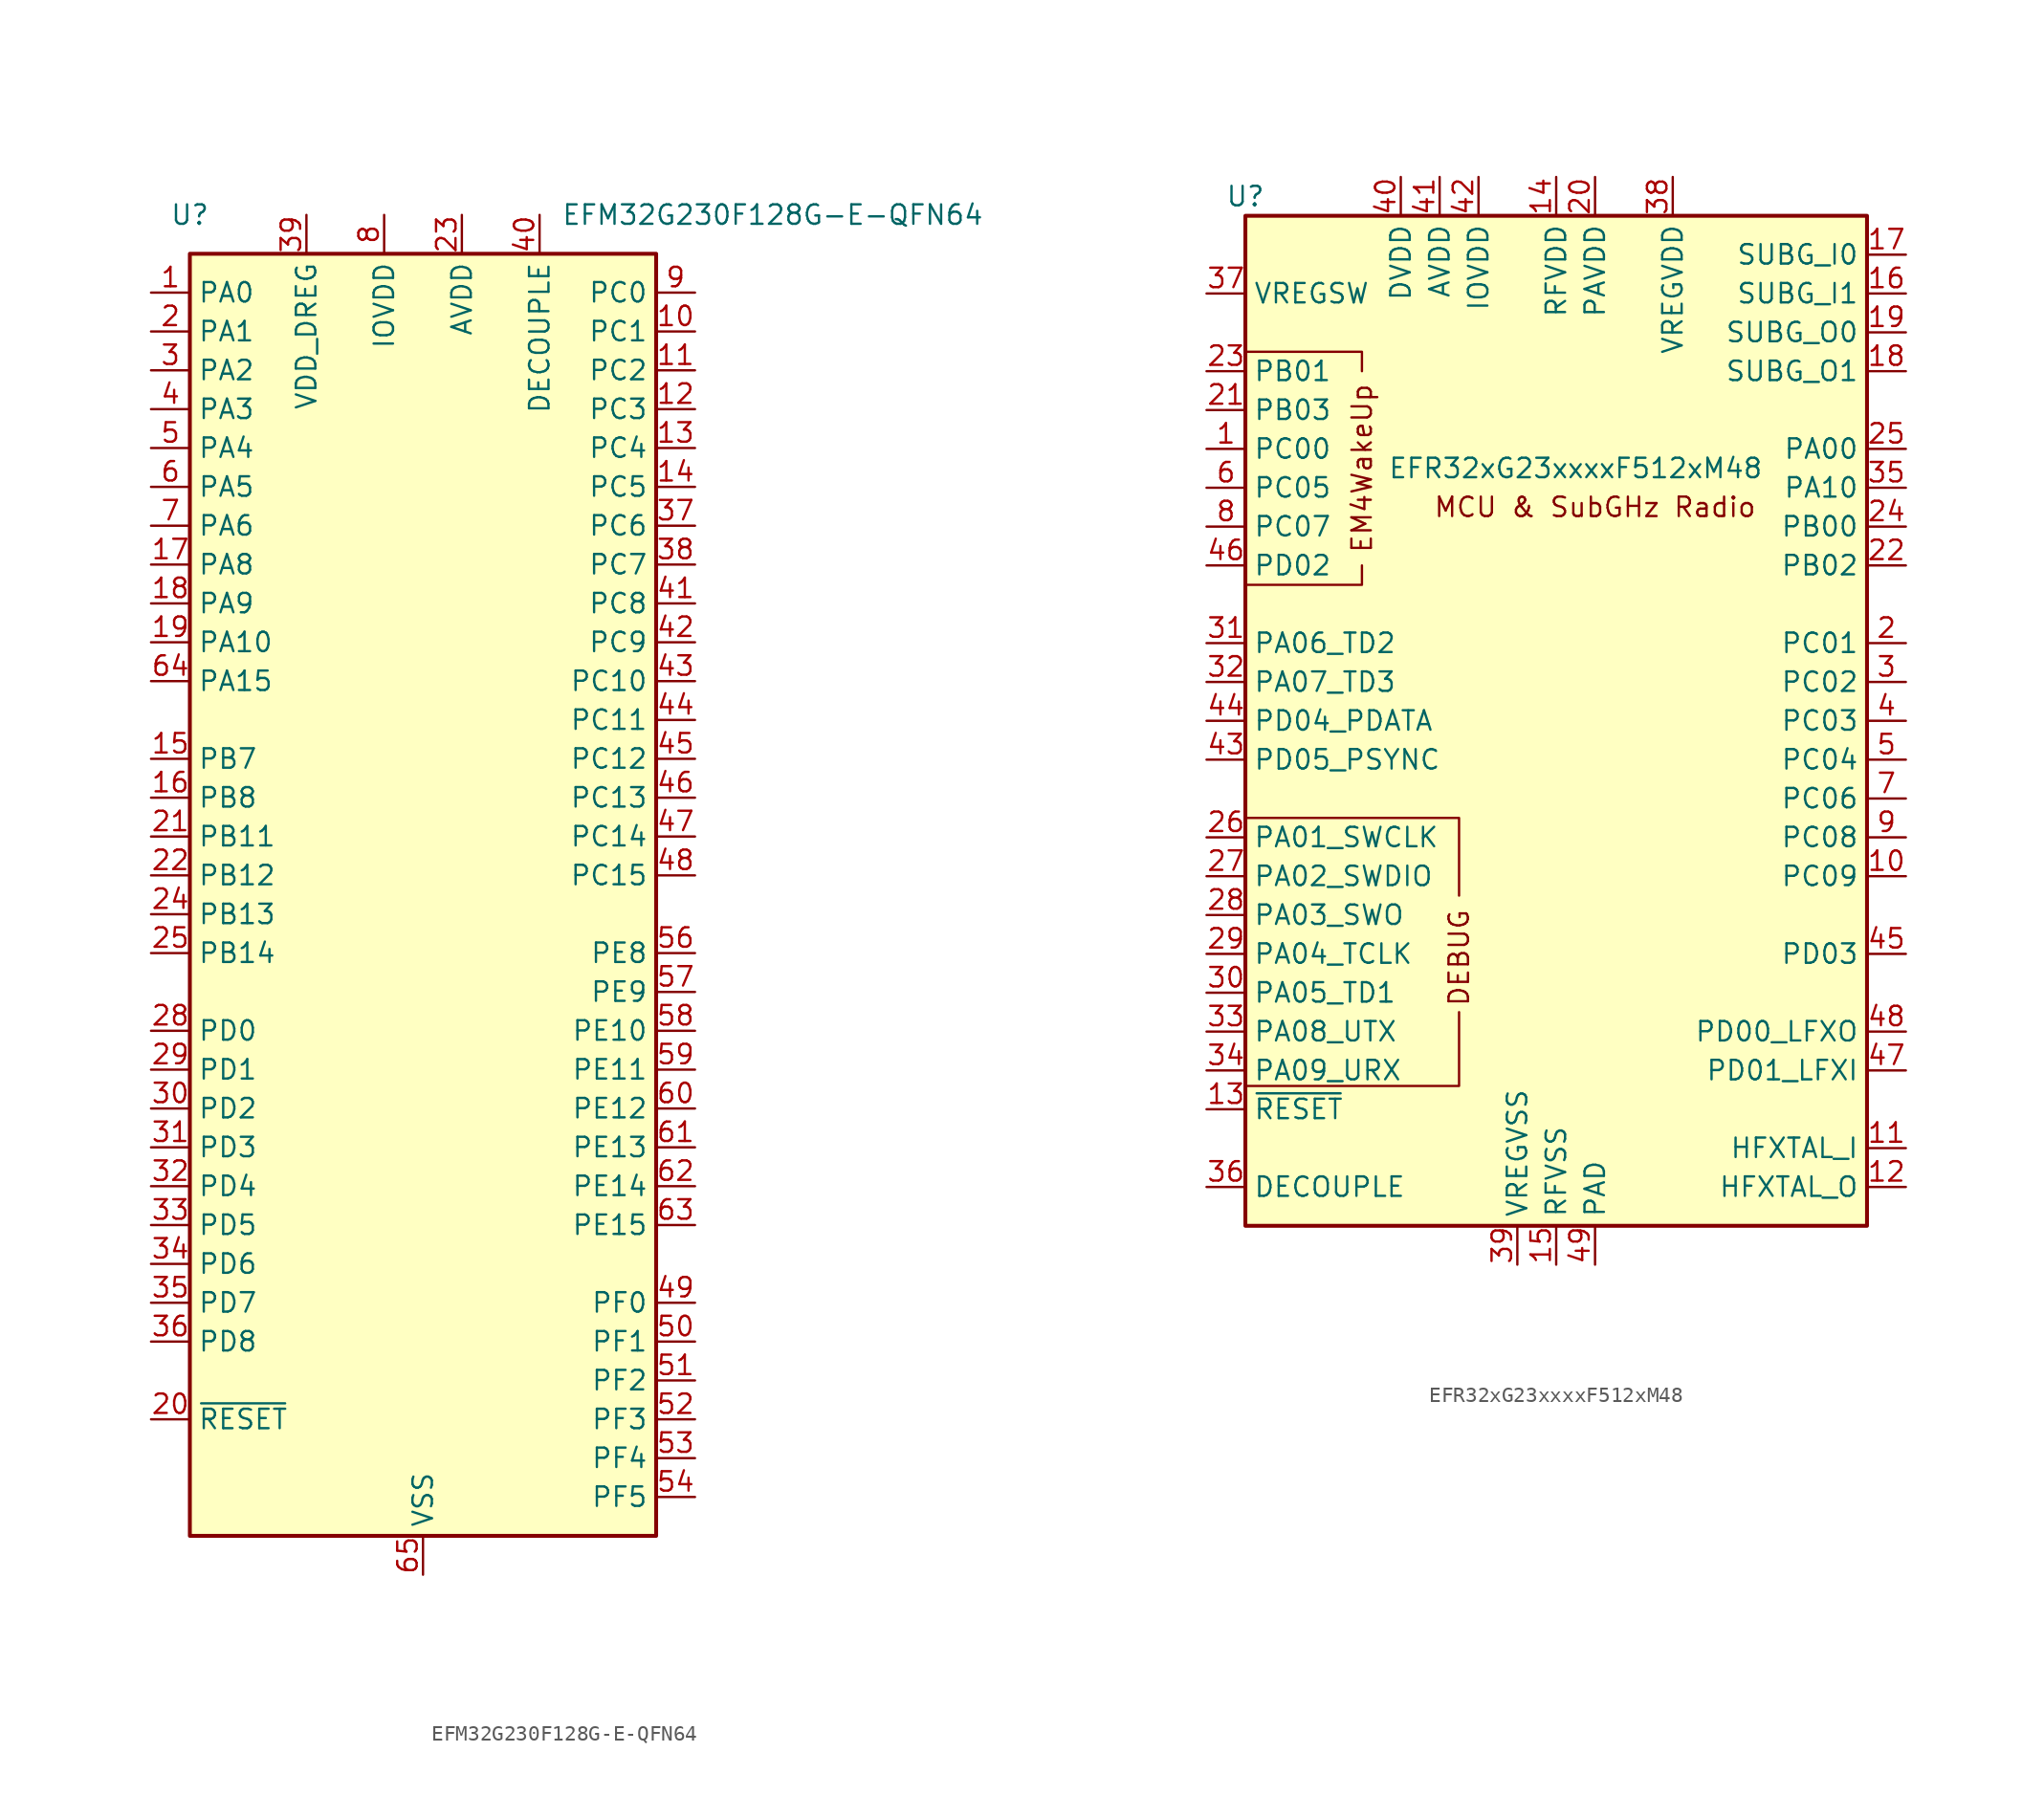
<source format=kicad_sym>
(kicad_symbol_lib
  (version 20241209)
  (generator "kicad_symbol_editor")
  (generator_version "9.0")
  (symbol "EFM32G230F128G-E-QFN64"
    (property "Reference" "U"
      (at -15.24 43.18 0)
      (effects (font (size 1.27 1.27))))
    (property "Value" "EFM32G230F128G-E-QFN64"
      (at 22.86 43.18 0)
      (effects (font (size 1.27 1.27))))
    (symbol "EFM32G230F128G-E-QFN64_0_1"
      (rectangle (start -15.24 40.64) (end 15.24 -43.18) (stroke (width 0.254) (type default)) (fill (type background))))
    (symbol "EFM32G230F128G-E-QFN64_1_1"
      (pin bidirectional line (at -17.78 38.1 0) (length 2.54) (name "PA0" (effects (font (size 1.27 1.27)))) (number "1" (effects (font (size 1.27 1.27)))))
      (pin bidirectional line (at -17.78 35.56 0) (length 2.54) (name "PA1" (effects (font (size 1.27 1.27)))) (number "2" (effects (font (size 1.27 1.27)))))
      (pin bidirectional line (at -17.78 33.02 0) (length 2.54) (name "PA2" (effects (font (size 1.27 1.27)))) (number "3" (effects (font (size 1.27 1.27)))))
      (pin bidirectional line (at -17.78 30.48 0) (length 2.54) (name "PA3" (effects (font (size 1.27 1.27)))) (number "4" (effects (font (size 1.27 1.27)))))
      (pin bidirectional line (at -17.78 27.94 0) (length 2.54) (name "PA4" (effects (font (size 1.27 1.27)))) (number "5" (effects (font (size 1.27 1.27)))))
      (pin bidirectional line (at -17.78 25.4 0) (length 2.54) (name "PA5" (effects (font (size 1.27 1.27)))) (number "6" (effects (font (size 1.27 1.27)))))
      (pin bidirectional line (at -17.78 22.86 0) (length 2.54) (name "PA6" (effects (font (size 1.27 1.27)))) (number "7" (effects (font (size 1.27 1.27)))))
      (pin bidirectional line (at -17.78 20.32 0) (length 2.54) (name "PA8" (effects (font (size 1.27 1.27)))) (number "17" (effects (font (size 1.27 1.27)))))
      (pin bidirectional line (at -17.78 17.78 0) (length 2.54) (name "PA9" (effects (font (size 1.27 1.27)))) (number "18" (effects (font (size 1.27 1.27)))))
      (pin bidirectional line (at -17.78 15.24 0) (length 2.54) (name "PA10" (effects (font (size 1.27 1.27)))) (number "19" (effects (font (size 1.27 1.27)))))
      (pin bidirectional line (at -17.78 12.7 0) (length 2.54) (name "PA15" (effects (font (size 1.27 1.27)))) (number "64" (effects (font (size 1.27 1.27)))))
      (pin bidirectional line (at -17.78 7.62 0) (length 2.54) (name "PB7" (effects (font (size 1.27 1.27)))) (number "15" (effects (font (size 1.27 1.27)))))
      (pin bidirectional line (at -17.78 5.08 0) (length 2.54) (name "PB8" (effects (font (size 1.27 1.27)))) (number "16" (effects (font (size 1.27 1.27)))))
      (pin bidirectional line (at -17.78 2.54 0) (length 2.54) (name "PB11" (effects (font (size 1.27 1.27)))) (number "21" (effects (font (size 1.27 1.27)))))
      (pin bidirectional line (at -17.78 0 0) (length 2.54) (name "PB12" (effects (font (size 1.27 1.27)))) (number "22" (effects (font (size 1.27 1.27)))))
      (pin bidirectional line (at -17.78 -2.54 0) (length 2.54) (name "PB13" (effects (font (size 1.27 1.27)))) (number "24" (effects (font (size 1.27 1.27)))))
      (pin bidirectional line (at -17.78 -5.08 0) (length 2.54) (name "PB14" (effects (font (size 1.27 1.27)))) (number "25" (effects (font (size 1.27 1.27)))))
      (pin bidirectional line (at -17.78 -10.16 0) (length 2.54) (name "PD0" (effects (font (size 1.27 1.27)))) (number "28" (effects (font (size 1.27 1.27)))))
      (pin bidirectional line (at -17.78 -12.7 0) (length 2.54) (name "PD1" (effects (font (size 1.27 1.27)))) (number "29" (effects (font (size 1.27 1.27)))))
      (pin bidirectional line (at -17.78 -15.24 0) (length 2.54) (name "PD2" (effects (font (size 1.27 1.27)))) (number "30" (effects (font (size 1.27 1.27)))))
      (pin bidirectional line (at -17.78 -17.78 0) (length 2.54) (name "PD3" (effects (font (size 1.27 1.27)))) (number "31" (effects (font (size 1.27 1.27)))))
      (pin bidirectional line (at -17.78 -20.32 0) (length 2.54) (name "PD4" (effects (font (size 1.27 1.27)))) (number "32" (effects (font (size 1.27 1.27)))))
      (pin bidirectional line (at -17.78 -22.86 0) (length 2.54) (name "PD5" (effects (font (size 1.27 1.27)))) (number "33" (effects (font (size 1.27 1.27)))))
      (pin bidirectional line (at -17.78 -25.4 0) (length 2.54) (name "PD6" (effects (font (size 1.27 1.27)))) (number "34" (effects (font (size 1.27 1.27)))))
      (pin bidirectional line (at -17.78 -27.94 0) (length 2.54) (name "PD7" (effects (font (size 1.27 1.27)))) (number "35" (effects (font (size 1.27 1.27)))))
      (pin bidirectional line (at -17.78 -30.48 0) (length 2.54) (name "PD8" (effects (font (size 1.27 1.27)))) (number "36" (effects (font (size 1.27 1.27)))))
      (pin input line (at -17.78 -35.56 0) (length 2.54) (name "~{RESET}" (effects (font (size 1.27 1.27)))) (number "20" (effects (font (size 1.27 1.27)))))
      (pin power_in line (at -7.62 43.18 270) (length 2.54) (name "VDD_DREG" (effects (font (size 1.27 1.27)))) (number "39" (effects (font (size 1.27 1.27)))))
      (pin passive line (at -2.54 43.18 270) (length 2.54) (hide yes) (name "IOVDD" (effects (font (size 1.27 1.27)))) (number "26" (effects (font (size 1.27 1.27)))))
      (pin passive line (at -2.54 43.18 270) (length 2.54) (hide yes) (name "IOVDD" (effects (font (size 1.27 1.27)))) (number "55" (effects (font (size 1.27 1.27)))))
      (pin power_in line (at -2.54 43.18 270) (length 2.54) (name "IOVDD" (effects (font (size 1.27 1.27)))) (number "8" (effects (font (size 1.27 1.27)))))
      (pin power_in line (at 0 -45.72 90) (length 2.54) (name "VSS" (effects (font (size 1.27 1.27)))) (number "65" (effects (font (size 1.27 1.27)))))
      (pin power_in line (at 2.54 43.18 270) (length 2.54) (name "AVDD" (effects (font (size 1.27 1.27)))) (number "23" (effects (font (size 1.27 1.27)))))
      (pin passive line (at 2.54 43.18 270) (length 2.54) (hide yes) (name "AVDD" (effects (font (size 1.27 1.27)))) (number "27" (effects (font (size 1.27 1.27)))))
      (pin passive line (at 7.62 43.18 270) (length 2.54) (name "DECOUPLE" (effects (font (size 1.27 1.27)))) (number "40" (effects (font (size 1.27 1.27)))))
      (pin bidirectional line (at 17.78 38.1 180) (length 2.54) (name "PC0" (effects (font (size 1.27 1.27)))) (number "9" (effects (font (size 1.27 1.27)))))
      (pin bidirectional line (at 17.78 35.56 180) (length 2.54) (name "PC1" (effects (font (size 1.27 1.27)))) (number "10" (effects (font (size 1.27 1.27)))))
      (pin bidirectional line (at 17.78 33.02 180) (length 2.54) (name "PC2" (effects (font (size 1.27 1.27)))) (number "11" (effects (font (size 1.27 1.27)))))
      (pin bidirectional line (at 17.78 30.48 180) (length 2.54) (name "PC3" (effects (font (size 1.27 1.27)))) (number "12" (effects (font (size 1.27 1.27)))))
      (pin bidirectional line (at 17.78 27.94 180) (length 2.54) (name "PC4" (effects (font (size 1.27 1.27)))) (number "13" (effects (font (size 1.27 1.27)))))
      (pin bidirectional line (at 17.78 25.4 180) (length 2.54) (name "PC5" (effects (font (size 1.27 1.27)))) (number "14" (effects (font (size 1.27 1.27)))))
      (pin bidirectional line (at 17.78 22.86 180) (length 2.54) (name "PC6" (effects (font (size 1.27 1.27)))) (number "37" (effects (font (size 1.27 1.27)))))
      (pin bidirectional line (at 17.78 20.32 180) (length 2.54) (name "PC7" (effects (font (size 1.27 1.27)))) (number "38" (effects (font (size 1.27 1.27)))))
      (pin bidirectional line (at 17.78 17.78 180) (length 2.54) (name "PC8" (effects (font (size 1.27 1.27)))) (number "41" (effects (font (size 1.27 1.27)))))
      (pin bidirectional line (at 17.78 15.24 180) (length 2.54) (name "PC9" (effects (font (size 1.27 1.27)))) (number "42" (effects (font (size 1.27 1.27)))))
      (pin bidirectional line (at 17.78 12.7 180) (length 2.54) (name "PC10" (effects (font (size 1.27 1.27)))) (number "43" (effects (font (size 1.27 1.27)))))
      (pin bidirectional line (at 17.78 10.16 180) (length 2.54) (name "PC11" (effects (font (size 1.27 1.27)))) (number "44" (effects (font (size 1.27 1.27)))))
      (pin bidirectional line (at 17.78 7.62 180) (length 2.54) (name "PC12" (effects (font (size 1.27 1.27)))) (number "45" (effects (font (size 1.27 1.27)))))
      (pin bidirectional line (at 17.78 5.08 180) (length 2.54) (name "PC13" (effects (font (size 1.27 1.27)))) (number "46" (effects (font (size 1.27 1.27)))))
      (pin bidirectional line (at 17.78 2.54 180) (length 2.54) (name "PC14" (effects (font (size 1.27 1.27)))) (number "47" (effects (font (size 1.27 1.27)))))
      (pin bidirectional line (at 17.78 0 180) (length 2.54) (name "PC15" (effects (font (size 1.27 1.27)))) (number "48" (effects (font (size 1.27 1.27)))))
      (pin bidirectional line (at 17.78 -5.08 180) (length 2.54) (name "PE8" (effects (font (size 1.27 1.27)))) (number "56" (effects (font (size 1.27 1.27)))))
      (pin bidirectional line (at 17.78 -7.62 180) (length 2.54) (name "PE9" (effects (font (size 1.27 1.27)))) (number "57" (effects (font (size 1.27 1.27)))))
      (pin bidirectional line (at 17.78 -10.16 180) (length 2.54) (name "PE10" (effects (font (size 1.27 1.27)))) (number "58" (effects (font (size 1.27 1.27)))))
      (pin bidirectional line (at 17.78 -12.7 180) (length 2.54) (name "PE11" (effects (font (size 1.27 1.27)))) (number "59" (effects (font (size 1.27 1.27)))))
      (pin bidirectional line (at 17.78 -15.24 180) (length 2.54) (name "PE12" (effects (font (size 1.27 1.27)))) (number "60" (effects (font (size 1.27 1.27)))))
      (pin bidirectional line (at 17.78 -17.78 180) (length 2.54) (name "PE13" (effects (font (size 1.27 1.27)))) (number "61" (effects (font (size 1.27 1.27)))))
      (pin bidirectional line (at 17.78 -20.32 180) (length 2.54) (name "PE14" (effects (font (size 1.27 1.27)))) (number "62" (effects (font (size 1.27 1.27)))))
      (pin bidirectional line (at 17.78 -22.86 180) (length 2.54) (name "PE15" (effects (font (size 1.27 1.27)))) (number "63" (effects (font (size 1.27 1.27)))))
      (pin bidirectional line (at 17.78 -27.94 180) (length 2.54) (name "PF0" (effects (font (size 1.27 1.27)))) (number "49" (effects (font (size 1.27 1.27)))))
      (pin bidirectional line (at 17.78 -30.48 180) (length 2.54) (name "PF1" (effects (font (size 1.27 1.27)))) (number "50" (effects (font (size 1.27 1.27)))))
      (pin bidirectional line (at 17.78 -33.02 180) (length 2.54) (name "PF2" (effects (font (size 1.27 1.27)))) (number "51" (effects (font (size 1.27 1.27)))))
      (pin bidirectional line (at 17.78 -35.56 180) (length 2.54) (name "PF3" (effects (font (size 1.27 1.27)))) (number "52" (effects (font (size 1.27 1.27)))))
      (pin bidirectional line (at 17.78 -38.1 180) (length 2.54) (name "PF4" (effects (font (size 1.27 1.27)))) (number "53" (effects (font (size 1.27 1.27)))))
      (pin bidirectional line (at 17.78 -40.64 180) (length 2.54) (name "PF5" (effects (font (size 1.27 1.27)))) (number "54" (effects (font (size 1.27 1.27)))))))
  (symbol "EFR32xG23xxxxF512xM48"
    (property "Reference" "U"
      (at -20.32 34.29 0)
      (effects (font (size 1.27 1.27))))
    (property "Value" "EFR32xG23xxxxF512xM48"
      (at 1.27 16.51 0)
      (effects (font (size 1.27 1.27))))
    (symbol "EFR32xG23xxxxF512xM48_0_1"
      (polyline (pts (xy -12.7 22.86) (xy -12.7 24.13) (xy -20.32 24.13)) (stroke (width 0) (type default)) (fill (type none)))
      (polyline (pts (xy -12.7 10.16) (xy -12.7 8.89) (xy -20.32 8.89)) (stroke (width 0) (type default)) (fill (type none)))
      (polyline (pts (xy -6.35 -11.43) (xy -6.35 -6.35) (xy -20.32 -6.35)) (stroke (width 0) (type default)) (fill (type none)))
      (polyline (pts (xy -6.35 -19.05) (xy -6.35 -23.876) (xy -20.32 -23.876)) (stroke (width 0) (type default)) (fill (type none))))
    (symbol "EFR32xG23xxxxF512xM48_1_0"
      (text "EM4WakeUp" (at -12.7 16.51 900) (effects (font (size 1.27 1.27))))
      (text "DEBUG" (at -6.35 -15.494 900) (effects (font (size 1.27 1.27))))
      (text "MCU & SubGHz Radio" (at 2.54 13.97 0) (effects (font (size 1.27 1.27)))))
    (symbol "EFR32xG23xxxxF512xM48_1_1"
      (rectangle (start -20.32 33.02) (end 20.32 -33.02) (stroke (width 0.254) (type default)) (fill (type background)))
      (pin passive line (at -22.86 27.94 0) (length 2.54) (name "VREGSW" (effects (font (size 1.27 1.27)))) (number "37" (effects (font (size 1.27 1.27)))))
      (pin bidirectional line (at -22.86 22.86 0) (length 2.54) (name "PB01" (effects (font (size 1.27 1.27)))) (number "23" (effects (font (size 1.27 1.27)))))
      (pin bidirectional line (at -22.86 20.32 0) (length 2.54) (name "PB03" (effects (font (size 1.27 1.27)))) (number "21" (effects (font (size 1.27 1.27)))))
      (pin bidirectional line (at -22.86 17.78 0) (length 2.54) (name "PC00" (effects (font (size 1.27 1.27)))) (number "1" (effects (font (size 1.27 1.27)))))
      (pin bidirectional line (at -22.86 15.24 0) (length 2.54) (name "PC05" (effects (font (size 1.27 1.27)))) (number "6" (effects (font (size 1.27 1.27)))))
      (pin bidirectional line (at -22.86 12.7 0) (length 2.54) (name "PC07" (effects (font (size 1.27 1.27)))) (number "8" (effects (font (size 1.27 1.27)))))
      (pin bidirectional line (at -22.86 10.16 0) (length 2.54) (name "PD02" (effects (font (size 1.27 1.27)))) (number "46" (effects (font (size 1.27 1.27)))))
      (pin bidirectional line (at -22.86 5.08 0) (length 2.54) (name "PA06_TD2" (effects (font (size 1.27 1.27)))) (number "31" (effects (font (size 1.27 1.27)))))
      (pin bidirectional line (at -22.86 2.54 0) (length 2.54) (name "PA07_TD3" (effects (font (size 1.27 1.27)))) (number "32" (effects (font (size 1.27 1.27)))))
      (pin bidirectional line (at -22.86 0 0) (length 2.54) (name "PD04_PDATA" (effects (font (size 1.27 1.27)))) (number "44" (effects (font (size 1.27 1.27)))))
      (pin bidirectional line (at -22.86 -2.54 0) (length 2.54) (name "PD05_PSYNC" (effects (font (size 1.27 1.27)))) (number "43" (effects (font (size 1.27 1.27)))))
      (pin bidirectional line (at -22.86 -7.62 0) (length 2.54) (name "PA01_SWCLK" (effects (font (size 1.27 1.27)))) (number "26" (effects (font (size 1.27 1.27)))))
      (pin bidirectional line (at -22.86 -10.16 0) (length 2.54) (name "PA02_SWDIO" (effects (font (size 1.27 1.27)))) (number "27" (effects (font (size 1.27 1.27)))))
      (pin bidirectional line (at -22.86 -12.7 0) (length 2.54) (name "PA03_SWO" (effects (font (size 1.27 1.27)))) (number "28" (effects (font (size 1.27 1.27)))))
      (pin bidirectional line (at -22.86 -15.24 0) (length 2.54) (name "PA04_TCLK" (effects (font (size 1.27 1.27)))) (number "29" (effects (font (size 1.27 1.27)))))
      (pin bidirectional line (at -22.86 -17.78 0) (length 2.54) (name "PA05_TD1" (effects (font (size 1.27 1.27)))) (number "30" (effects (font (size 1.27 1.27)))))
      (pin bidirectional line (at -22.86 -20.32 0) (length 2.54) (name "PA08_UTX" (effects (font (size 1.27 1.27)))) (number "33" (effects (font (size 1.27 1.27)))))
      (pin bidirectional line (at -22.86 -22.86 0) (length 2.54) (name "PA09_URX" (effects (font (size 1.27 1.27)))) (number "34" (effects (font (size 1.27 1.27)))))
      (pin input line (at -22.86 -25.4 0) (length 2.54) (name "~{RESET}" (effects (font (size 1.27 1.27)))) (number "13" (effects (font (size 1.27 1.27)))))
      (pin passive line (at -22.86 -30.48 0) (length 2.54) (name "DECOUPLE" (effects (font (size 1.27 1.27)))) (number "36" (effects (font (size 1.27 1.27)))))
      (pin power_in line (at -10.16 35.56 270) (length 2.54) (name "DVDD" (effects (font (size 1.27 1.27)))) (number "40" (effects (font (size 1.27 1.27)))))
      (pin power_in line (at -7.62 35.56 270) (length 2.54) (name "AVDD" (effects (font (size 1.27 1.27)))) (number "41" (effects (font (size 1.27 1.27)))))
      (pin power_in line (at -5.08 35.56 270) (length 2.54) (name "IOVDD" (effects (font (size 1.27 1.27)))) (number "42" (effects (font (size 1.27 1.27)))))
      (pin power_in line (at -2.54 -35.56 90) (length 2.54) (name "VREGVSS" (effects (font (size 1.27 1.27)))) (number "39" (effects (font (size 1.27 1.27)))))
      (pin power_in line (at 0 35.56 270) (length 2.54) (name "RFVDD" (effects (font (size 1.27 1.27)))) (number "14" (effects (font (size 1.27 1.27)))))
      (pin power_in line (at 0 -35.56 90) (length 2.54) (name "RFVSS" (effects (font (size 1.27 1.27)))) (number "15" (effects (font (size 1.27 1.27)))))
      (pin power_in line (at 2.54 35.56 270) (length 2.54) (name "PAVDD" (effects (font (size 1.27 1.27)))) (number "20" (effects (font (size 1.27 1.27)))))
      (pin power_in line (at 2.54 -35.56 90) (length 2.54) (name "PAD" (effects (font (size 1.27 1.27)))) (number "49" (effects (font (size 1.27 1.27)))))
      (pin power_in line (at 7.62 35.56 270) (length 2.54) (name "VREGVDD" (effects (font (size 1.27 1.27)))) (number "38" (effects (font (size 1.27 1.27)))))
      (pin bidirectional line (at 22.86 30.48 180) (length 2.54) (name "SUBG_I0" (effects (font (size 1.27 1.27)))) (number "17" (effects (font (size 1.27 1.27)))))
      (pin bidirectional line (at 22.86 27.94 180) (length 2.54) (name "SUBG_I1" (effects (font (size 1.27 1.27)))) (number "16" (effects (font (size 1.27 1.27)))))
      (pin bidirectional line (at 22.86 25.4 180) (length 2.54) (name "SUBG_O0" (effects (font (size 1.27 1.27)))) (number "19" (effects (font (size 1.27 1.27)))))
      (pin bidirectional line (at 22.86 22.86 180) (length 2.54) (name "SUBG_O1" (effects (font (size 1.27 1.27)))) (number "18" (effects (font (size 1.27 1.27)))))
      (pin bidirectional line (at 22.86 17.78 180) (length 2.54) (name "PA00" (effects (font (size 1.27 1.27)))) (number "25" (effects (font (size 1.27 1.27)))))
      (pin bidirectional line (at 22.86 15.24 180) (length 2.54) (name "PA10" (effects (font (size 1.27 1.27)))) (number "35" (effects (font (size 1.27 1.27)))))
      (pin bidirectional line (at 22.86 12.7 180) (length 2.54) (name "PB00" (effects (font (size 1.27 1.27)))) (number "24" (effects (font (size 1.27 1.27)))))
      (pin bidirectional line (at 22.86 10.16 180) (length 2.54) (name "PB02" (effects (font (size 1.27 1.27)))) (number "22" (effects (font (size 1.27 1.27)))))
      (pin bidirectional line (at 22.86 5.08 180) (length 2.54) (name "PC01" (effects (font (size 1.27 1.27)))) (number "2" (effects (font (size 1.27 1.27)))))
      (pin bidirectional line (at 22.86 2.54 180) (length 2.54) (name "PC02" (effects (font (size 1.27 1.27)))) (number "3" (effects (font (size 1.27 1.27)))))
      (pin bidirectional line (at 22.86 0 180) (length 2.54) (name "PC03" (effects (font (size 1.27 1.27)))) (number "4" (effects (font (size 1.27 1.27)))))
      (pin bidirectional line (at 22.86 -2.54 180) (length 2.54) (name "PC04" (effects (font (size 1.27 1.27)))) (number "5" (effects (font (size 1.27 1.27)))))
      (pin bidirectional line (at 22.86 -5.08 180) (length 2.54) (name "PC06" (effects (font (size 1.27 1.27)))) (number "7" (effects (font (size 1.27 1.27)))))
      (pin bidirectional line (at 22.86 -7.62 180) (length 2.54) (name "PC08" (effects (font (size 1.27 1.27)))) (number "9" (effects (font (size 1.27 1.27)))))
      (pin bidirectional line (at 22.86 -10.16 180) (length 2.54) (name "PC09" (effects (font (size 1.27 1.27)))) (number "10" (effects (font (size 1.27 1.27)))))
      (pin bidirectional line (at 22.86 -15.24 180) (length 2.54) (name "PD03" (effects (font (size 1.27 1.27)))) (number "45" (effects (font (size 1.27 1.27)))))
      (pin bidirectional line (at 22.86 -20.32 180) (length 2.54) (name "PD00_LFXO" (effects (font (size 1.27 1.27)))) (number "48" (effects (font (size 1.27 1.27)))))
      (pin bidirectional line (at 22.86 -22.86 180) (length 2.54) (name "PD01_LFXI" (effects (font (size 1.27 1.27)))) (number "47" (effects (font (size 1.27 1.27)))))
      (pin input line (at 22.86 -27.94 180) (length 2.54) (name "HFXTAL_I" (effects (font (size 1.27 1.27)))) (number "11" (effects (font (size 1.27 1.27)))))
      (pin output line (at 22.86 -30.48 180) (length 2.54) (name "HFXTAL_O" (effects (font (size 1.27 1.27)))) (number "12" (effects (font (size 1.27 1.27))))))))
</source>
